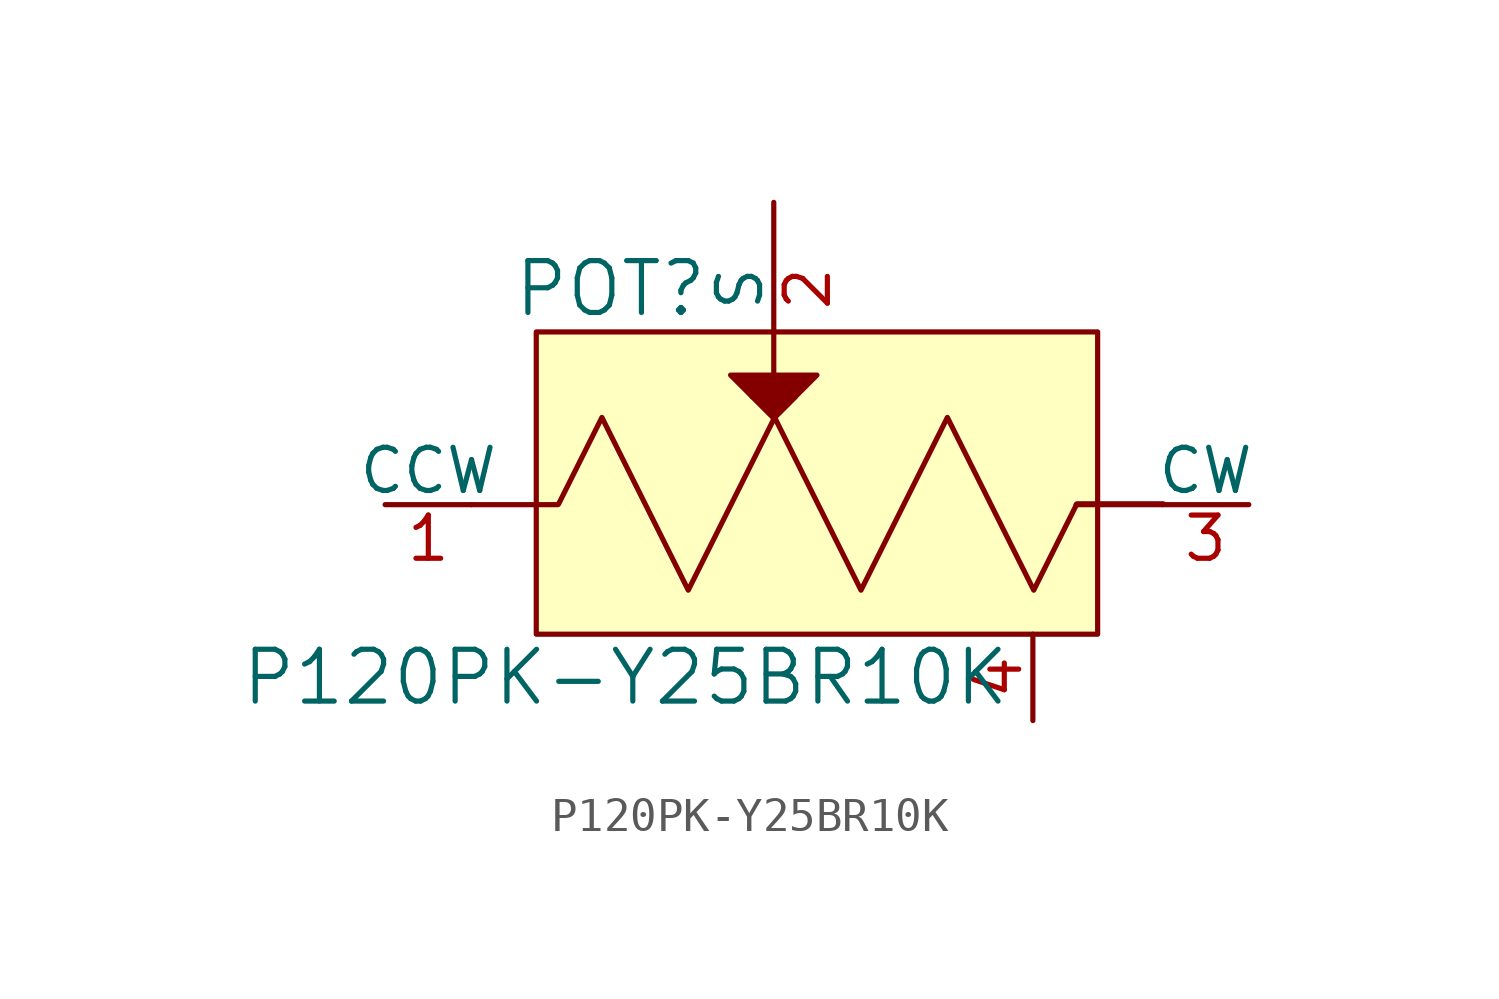
<source format=kicad_sym>
(kicad_symbol_lib
  (version 20220914)
  (generator kicad_symbol_editor)
  (symbol "P120PK-Y25BR10K"
    (pin_names
      (offset 0))
    (property "Reference" "POT"
      (at -1.905 6.35 0)
      (effects (font (size 1.524 1.524)) (justify right)))
    (property "Value" "P120PK-Y25BR10K"
      (at 6.985 -5.08 0)
      (effects (font (size 1.524 1.524)) (justify right)))
    (symbol "P120PK-Y25BR10K_0_1"
      (rectangle (start -6.985 5.08) (end 9.525 -3.81) (stroke (width 0) (type solid)) (fill (type background)))
      (polyline (pts (xy -6.35 0) (xy -8.89 0)) (stroke (width 0) (type solid)) (fill (type none)))
      (polyline (pts (xy 11.43 0) (xy 8.89 0)) (stroke (width 0) (type solid)) (fill (type none)))
      (polyline (pts (xy -0.635 3.175) (xy -1.27 3.81) (xy 1.27 3.81) (xy 0 2.54)) (stroke (width 0) (type solid)) (fill (type outline)))
      (polyline (pts (xy 0 2.54) (xy -0.635 3.175) (xy 0.635 3.175) (xy 0 2.54)) (stroke (width 0) (type solid)) (fill (type none)))
      (polyline (pts (xy -6.325 0.025) (xy -5.055 2.565) (xy -2.515 -2.515) (xy -1.245 0.025) (xy 0.025 2.565) (xy 2.565 -2.515) (xy 5.105 2.565) (xy 7.645 -2.515) (xy 8.915 0.025) (xy 11.455 0.025)) (stroke (width 0) (type solid)) (fill (type none))))
    (symbol "P120PK-Y25BR10K_1_0"
      (pin unspecified line (at 7.62 -6.35 90) (length 2.54) (name "~" (effects (font (size 1.27 1.27)))) (number "4" (effects (font (size 1.27 1.27))))))
    (symbol "P120PK-Y25BR10K_1_1"
      (pin passive line (at -11.43 0 0) (length 2.54) (name "CCW" (effects (font (size 1.27 1.27)))) (number "1" (effects (font (size 1.27 1.27)))))
      (pin passive line (at 0 8.89 270) (length 5.08) (name "S" (effects (font (size 1.27 1.27)))) (number "2" (effects (font (size 1.27 1.27)))))
      (pin passive line (at 13.97 0 180) (length 2.54) (name "CW" (effects (font (size 1.27 1.27)))) (number "3" (effects (font (size 1.27 1.27))))))))
</source>
